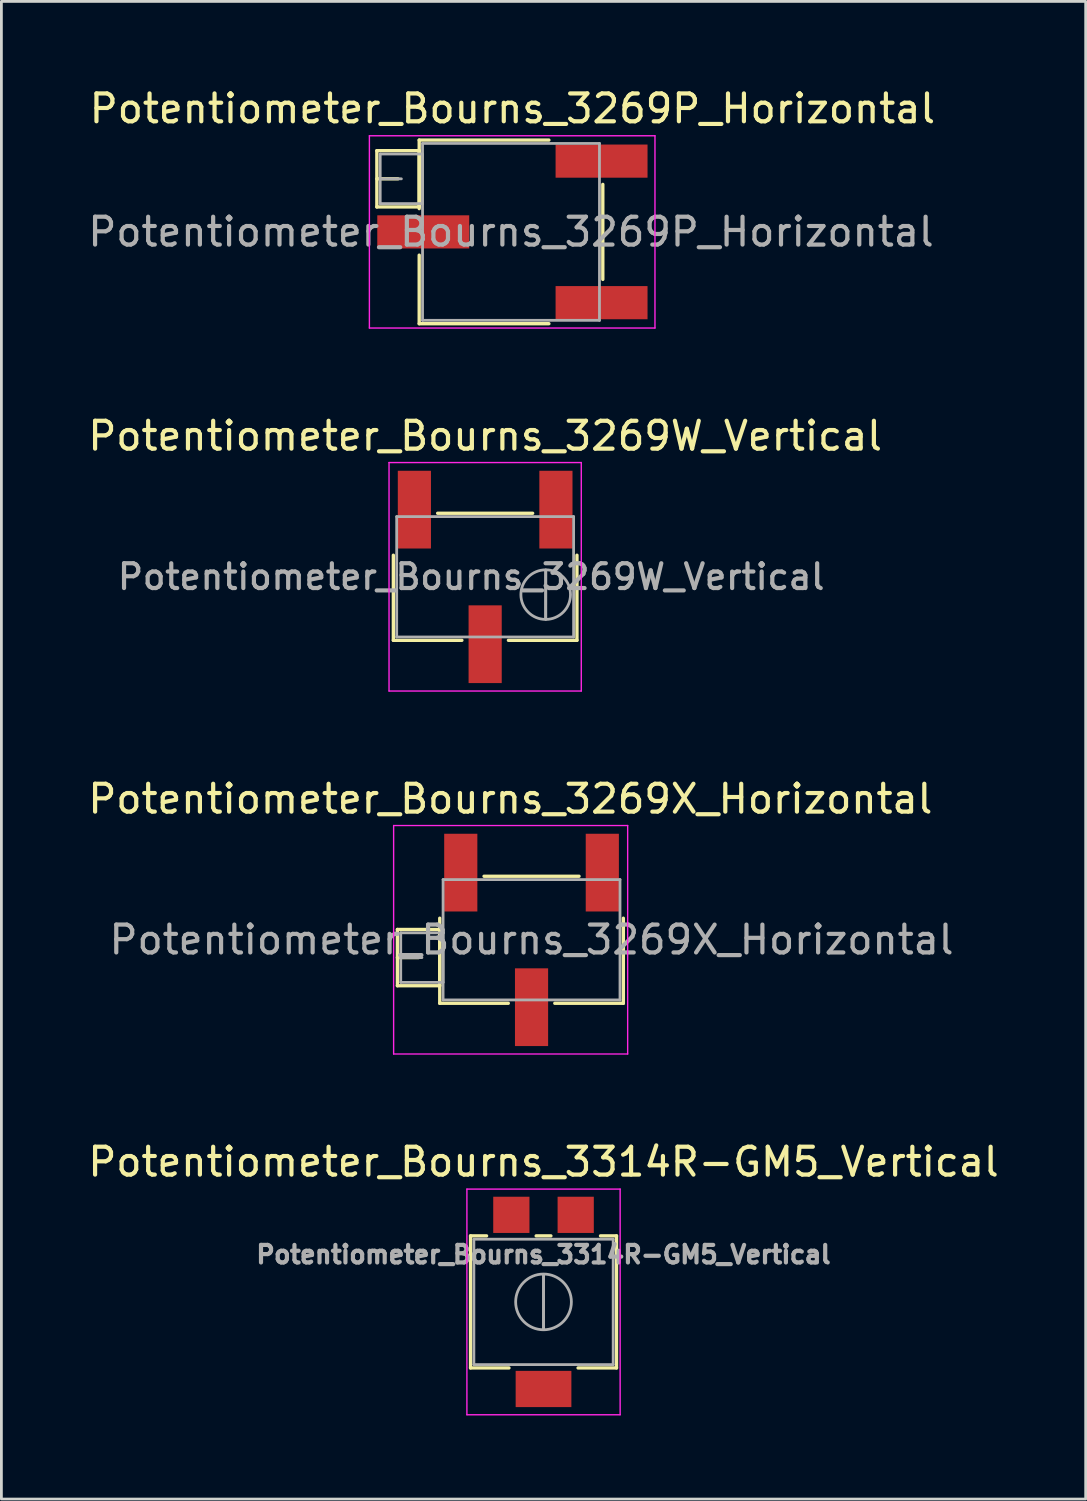
<source format=kicad_pcb>
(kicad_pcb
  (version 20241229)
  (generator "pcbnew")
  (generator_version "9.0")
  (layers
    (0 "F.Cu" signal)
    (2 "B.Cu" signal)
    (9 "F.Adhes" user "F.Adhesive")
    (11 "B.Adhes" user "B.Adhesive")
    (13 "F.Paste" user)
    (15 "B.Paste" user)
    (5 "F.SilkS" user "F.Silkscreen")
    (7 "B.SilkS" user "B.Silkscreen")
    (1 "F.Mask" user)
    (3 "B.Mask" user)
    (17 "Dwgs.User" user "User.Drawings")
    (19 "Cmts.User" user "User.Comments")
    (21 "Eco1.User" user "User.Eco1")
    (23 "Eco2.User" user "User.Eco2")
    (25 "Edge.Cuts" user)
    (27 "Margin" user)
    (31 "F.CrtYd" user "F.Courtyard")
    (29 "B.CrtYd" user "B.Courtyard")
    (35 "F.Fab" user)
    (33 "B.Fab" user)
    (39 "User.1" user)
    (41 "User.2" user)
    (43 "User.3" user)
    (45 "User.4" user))
  (footprint "Potentiometer_Bourns_3269P_Horizontal"
    (layer "F.Cu")
    (at 16.408 5.273)
    (property "Reference" "Potentiometer_Bourns_3269P_Horizontal" (at -1.067 -4.425 0) (layer "F.SilkS") (effects (font (size 1 1) (thickness 0.15))))
    (attr smd)
    (fp_line (start -5.932 -2.915) (end -5.932 -0.895) (stroke (width 0.12) (type solid)) (layer "F.SilkS"))
    (fp_line (start -5.932 -2.915) (end -4.413 -2.915) (stroke (width 0.12) (type solid)) (layer "F.SilkS"))
    (fp_line (start -5.932 -1.905) (end -5.173 -1.905) (stroke (width 0.12) (type solid)) (layer "F.SilkS"))
    (fp_line (start -5.932 -0.895) (end -4.413 -0.895) (stroke (width 0.12) (type solid)) (layer "F.SilkS"))
    (fp_line (start -4.413 -2.915) (end -4.413 -0.895) (stroke (width 0.12) (type solid)) (layer "F.SilkS"))
    (fp_line (start -4.412 -3.295) (end -4.412 -0.835) (stroke (width 0.12) (type solid)) (layer "F.SilkS"))
    (fp_line (start -4.412 -3.295) (end 0.243 -3.295) (stroke (width 0.12) (type solid)) (layer "F.SilkS"))
    (fp_line (start -4.412 0.835) (end -4.412 3.295) (stroke (width 0.12) (type solid)) (layer "F.SilkS"))
    (fp_line (start -4.412 3.295) (end 0.243 3.295) (stroke (width 0.12) (type solid)) (layer "F.SilkS"))
    (fp_line (start 2.178 -1.705) (end 2.178 1.705) (stroke (width 0.12) (type solid)) (layer "F.SilkS"))
    (fp_line (start -6.2 -3.45) (end -6.2 3.45) (stroke (width 0.05) (type solid)) (layer "F.CrtYd"))
    (fp_line (start -6.2 3.45) (end 4.05 3.45) (stroke (width 0.05) (type solid)) (layer "F.CrtYd"))
    (fp_line (start 4.05 -3.45) (end -6.2 -3.45) (stroke (width 0.05) (type solid)) (layer "F.CrtYd"))
    (fp_line (start 4.05 3.45) (end 4.05 -3.45) (stroke (width 0.05) (type solid)) (layer "F.CrtYd"))
    (fp_line (start -5.812 -2.795) (end -5.812 -1.015) (stroke (width 0.1) (type solid)) (layer "F.Fab"))
    (fp_line (start -5.812 -1.905) (end -5.052 -1.905) (stroke (width 0.1) (type solid)) (layer "F.Fab"))
    (fp_line (start -5.812 -1.015) (end -4.292 -1.015) (stroke (width 0.1) (type solid)) (layer "F.Fab"))
    (fp_line (start -4.292 -3.175) (end -4.292 3.175) (stroke (width 0.1) (type solid)) (layer "F.Fab"))
    (fp_line (start -4.292 -2.795) (end -5.812 -2.795) (stroke (width 0.1) (type solid)) (layer "F.Fab"))
    (fp_line (start -4.292 -1.015) (end -4.292 -2.795) (stroke (width 0.1) (type solid)) (layer "F.Fab"))
    (fp_line (start -4.292 3.175) (end 2.058 3.175) (stroke (width 0.1) (type solid)) (layer "F.Fab"))
    (fp_line (start 2.058 -3.175) (end -4.292 -3.175) (stroke (width 0.1) (type solid)) (layer "F.Fab"))
    (fp_line (start 2.058 3.175) (end 2.058 -3.175) (stroke (width 0.1) (type solid)) (layer "F.Fab"))
    (fp_text user "${REFERENCE}" (at -1.117 0 0) (layer "F.Fab") (effects (font (size 1 1) (thickness 0.15))))
    (pad "1" smd rect (at 2.133 -2.54) (size 3.3 1.19) (layers "F.Cu" "F.Mask" "F.Paste"))
    (pad "2" smd rect (at -4.267 0) (size 3.3 1.19) (layers "F.Cu" "F.Mask" "F.Paste"))
    (pad "3" smd rect (at 2.133 2.54) (size 3.3 1.19) (layers "F.Cu" "F.Mask" "F.Paste")))
  (footprint "Potentiometer_Bourns_3269X_Horizontal"
    (layer "F.Cu")
    (at 16.028 29.88)
    (property "Reference" "Potentiometer_Bourns_3269X_Horizontal" (at -0.76 -4.255 0) (layer "F.SilkS") (effects (font (size 1 1) (thickness 0.15))))
    (attr smd)
    (fp_line (start -4.815 0.43) (end -4.815 2.45) (stroke (width 0.12) (type solid)) (layer "F.SilkS"))
    (fp_line (start -4.815 0.43) (end -3.296 0.43) (stroke (width 0.12) (type solid)) (layer "F.SilkS"))
    (fp_line (start -4.815 1.44) (end -4.056 1.44) (stroke (width 0.12) (type solid)) (layer "F.SilkS"))
    (fp_line (start -4.815 2.45) (end -3.296 2.45) (stroke (width 0.12) (type solid)) (layer "F.SilkS"))
    (fp_line (start -3.296 0.43) (end -3.296 2.45) (stroke (width 0.12) (type solid)) (layer "F.SilkS"))
    (fp_line (start -3.295 0.026) (end -3.295 3.08) (stroke (width 0.12) (type solid)) (layer "F.SilkS"))
    (fp_line (start -3.295 3.08) (end -0.835 3.08) (stroke (width 0.12) (type solid)) (layer "F.SilkS"))
    (fp_line (start -1.705 -1.48) (end 1.705 -1.48) (stroke (width 0.12) (type solid)) (layer "F.SilkS"))
    (fp_line (start 0.835 3.08) (end 3.295 3.08) (stroke (width 0.12) (type solid)) (layer "F.SilkS"))
    (fp_line (start 3.295 0.026) (end 3.295 3.08) (stroke (width 0.12) (type solid)) (layer "F.SilkS"))
    (fp_line (start -4.95 -3.3) (end -4.95 4.9) (stroke (width 0.05) (type solid)) (layer "F.CrtYd"))
    (fp_line (start -4.95 4.9) (end 3.45 4.9) (stroke (width 0.05) (type solid)) (layer "F.CrtYd"))
    (fp_line (start 3.45 -3.3) (end -4.95 -3.3) (stroke (width 0.05) (type solid)) (layer "F.CrtYd"))
    (fp_line (start 3.45 4.9) (end 3.45 -3.3) (stroke (width 0.05) (type solid)) (layer "F.CrtYd"))
    (fp_line (start -4.695 0.55) (end -4.695 2.33) (stroke (width 0.1) (type solid)) (layer "F.Fab"))
    (fp_line (start -4.695 1.44) (end -3.935 1.44) (stroke (width 0.1) (type solid)) (layer "F.Fab"))
    (fp_line (start -4.695 2.33) (end -3.175 2.33) (stroke (width 0.1) (type solid)) (layer "F.Fab"))
    (fp_line (start -3.175 -1.36) (end -3.175 2.96) (stroke (width 0.1) (type solid)) (layer "F.Fab"))
    (fp_line (start -3.175 0.55) (end -4.695 0.55) (stroke (width 0.1) (type solid)) (layer "F.Fab"))
    (fp_line (start -3.175 2.33) (end -3.175 0.55) (stroke (width 0.1) (type solid)) (layer "F.Fab"))
    (fp_line (start -3.175 2.96) (end 3.175 2.96) (stroke (width 0.1) (type solid)) (layer "F.Fab"))
    (fp_line (start 3.175 -1.36) (end -3.175 -1.36) (stroke (width 0.1) (type solid)) (layer "F.Fab"))
    (fp_line (start 3.175 2.96) (end 3.175 -1.36) (stroke (width 0.1) (type solid)) (layer "F.Fab"))
    (fp_text user "${REFERENCE}" (at 0 0.8 0) (layer "F.Fab") (effects (font (size 1 1) (thickness 0.15))))
    (pad "1" smd rect (at 2.54 -1.61) (size 1.19 2.79) (layers "F.Cu" "F.Mask" "F.Paste"))
    (pad "2" smd rect (at 0 3.22) (size 1.19 2.79) (layers "F.Cu" "F.Mask" "F.Paste"))
    (pad "3" smd rect (at -2.54 -1.61) (size 1.19 2.79) (layers "F.Cu" "F.Mask" "F.Paste")))
  (footprint "Potentiometer_Bourns_3314R-GM5_Vertical"
    (layer "F.Cu")
    (at 16.458 43.678)
    (property "Reference" "Potentiometer_Bourns_3314R-GM5_Vertical" (at 0 -5.025 0) (layer "F.SilkS") (effects (font (size 1 1) (thickness 0.15))))
    (attr smd)
    (fp_line (start -2.62 -2.37) (end -2.62 2.37) (stroke (width 0.12) (type solid)) (layer "F.SilkS"))
    (fp_line (start -2.62 -2.37) (end -2.044 -2.37) (stroke (width 0.12) (type solid)) (layer "F.SilkS"))
    (fp_line (start -2.62 2.37) (end -1.24 2.37) (stroke (width 0.12) (type solid)) (layer "F.SilkS"))
    (fp_line (start -0.264 -2.37) (end 0.265 -2.37) (stroke (width 0.12) (type solid)) (layer "F.SilkS"))
    (fp_line (start 1.24 2.37) (end 2.62 2.37) (stroke (width 0.12) (type solid)) (layer "F.SilkS"))
    (fp_line (start 2.045 -2.37) (end 2.62 -2.37) (stroke (width 0.12) (type solid)) (layer "F.SilkS"))
    (fp_line (start 2.62 -2.37) (end 2.62 2.37) (stroke (width 0.12) (type solid)) (layer "F.SilkS"))
    (fp_line (start -2.75 -4.05) (end -2.75 4.05) (stroke (width 0.05) (type solid)) (layer "F.CrtYd"))
    (fp_line (start -2.75 4.05) (end 2.75 4.05) (stroke (width 0.05) (type solid)) (layer "F.CrtYd"))
    (fp_line (start 2.75 -4.05) (end -2.75 -4.05) (stroke (width 0.05) (type solid)) (layer "F.CrtYd"))
    (fp_line (start 2.75 4.05) (end 2.75 -4.05) (stroke (width 0.05) (type solid)) (layer "F.CrtYd"))
    (fp_line (start -2.5 -2.25) (end -2.5 2.25) (stroke (width 0.1) (type solid)) (layer "F.Fab"))
    (fp_line (start -2.5 2.25) (end 2.5 2.25) (stroke (width 0.1) (type solid)) (layer "F.Fab"))
    (fp_line (start 0 0.99) (end 0.001 -0.989) (stroke (width 0.1) (type solid)) (layer "F.Fab"))
    (fp_line (start 0 0.99) (end 0.001 -0.989) (stroke (width 0.1) (type solid)) (layer "F.Fab"))
    (fp_line (start 2.5 -2.25) (end -2.5 -2.25) (stroke (width 0.1) (type solid)) (layer "F.Fab"))
    (fp_line (start 2.5 2.25) (end 2.5 -2.25) (stroke (width 0.1) (type solid)) (layer "F.Fab"))
    (fp_circle (center 0 0) (end 1 0) (stroke (width 0.1) (type solid)) (fill no) (layer "F.Fab"))
    (fp_text user "${REFERENCE}" (at 0 -1.7 0) (layer "F.Fab") (effects (font (size 0.63 0.63) (thickness 0.15))))
    (pad "1" smd rect (at 1.155 -3.125) (size 1.3 1.3) (layers "F.Cu" "F.Mask" "F.Paste"))
    (pad "2" smd rect (at 0 3.125) (size 2 1.3) (layers "F.Cu" "F.Mask" "F.Paste"))
    (pad "3" smd rect (at -1.155 -3.125) (size 1.3 1.3) (layers "F.Cu" "F.Mask" "F.Paste")))
  (footprint "Potentiometer_Bourns_3269W_Vertical"
    (layer "F.Cu")
    (at 14.363 16.852)
    (property "Reference" "Potentiometer_Bourns_3269W_Vertical" (at 0 -4.255 0) (layer "F.SilkS") (effects (font (size 1 1) (thickness 0.15))))
    (attr smd)
    (fp_line (start -3.295 0.026) (end -3.295 3.08) (stroke (width 0.12) (type solid)) (layer "F.SilkS"))
    (fp_line (start -3.295 3.08) (end -0.835 3.08) (stroke (width 0.12) (type solid)) (layer "F.SilkS"))
    (fp_line (start -1.705 -1.48) (end 1.705 -1.48) (stroke (width 0.12) (type solid)) (layer "F.SilkS"))
    (fp_line (start 0.835 3.08) (end 3.295 3.08) (stroke (width 0.12) (type solid)) (layer "F.SilkS"))
    (fp_line (start 3.295 0.026) (end 3.295 3.08) (stroke (width 0.12) (type solid)) (layer "F.SilkS"))
    (fp_line (start -3.45 -3.3) (end -3.45 4.9) (stroke (width 0.05) (type solid)) (layer "F.CrtYd"))
    (fp_line (start -3.45 4.9) (end 3.45 4.9) (stroke (width 0.05) (type solid)) (layer "F.CrtYd"))
    (fp_line (start 3.45 -3.3) (end -3.45 -3.3) (stroke (width 0.05) (type solid)) (layer "F.CrtYd"))
    (fp_line (start 3.45 4.9) (end 3.45 -3.3) (stroke (width 0.05) (type solid)) (layer "F.CrtYd"))
    (fp_line (start -3.175 -1.36) (end -3.175 2.96) (stroke (width 0.1) (type solid)) (layer "F.Fab"))
    (fp_line (start -3.175 2.96) (end 3.175 2.96) (stroke (width 0.1) (type solid)) (layer "F.Fab"))
    (fp_line (start 2.173 2.322) (end 2.174 0.559) (stroke (width 0.1) (type solid)) (layer "F.Fab"))
    (fp_line (start 2.173 2.322) (end 2.174 0.559) (stroke (width 0.1) (type solid)) (layer "F.Fab"))
    (fp_line (start 3.175 -1.36) (end -3.175 -1.36) (stroke (width 0.1) (type solid)) (layer "F.Fab"))
    (fp_line (start 3.175 2.96) (end 3.175 -1.36) (stroke (width 0.1) (type solid)) (layer "F.Fab"))
    (fp_circle (center 2.173 1.44) (end 3.063 1.44) (stroke (width 0.1) (type solid)) (fill no) (layer "F.Fab"))
    (fp_text user "${REFERENCE}" (at -0.501 0.8 0) (layer "F.Fab") (effects (font (size 0.89 0.89) (thickness 0.15))))
    (pad "1" smd rect (at 2.54 -1.61) (size 1.19 2.79) (layers "F.Cu" "F.Mask" "F.Paste"))
    (pad "2" smd rect (at 0 3.22) (size 1.19 2.79) (layers "F.Cu" "F.Mask" "F.Paste"))
    (pad "3" smd rect (at -2.54 -1.61) (size 1.19 2.79) (layers "F.Cu" "F.Mask" "F.Paste")))
  (gr_rect
    (start -3 -3)
    (end 35.917 50.753)
    (stroke (width 0.1) (type default))
    (fill no)
    (layer "Edge.Cuts")))
</source>
